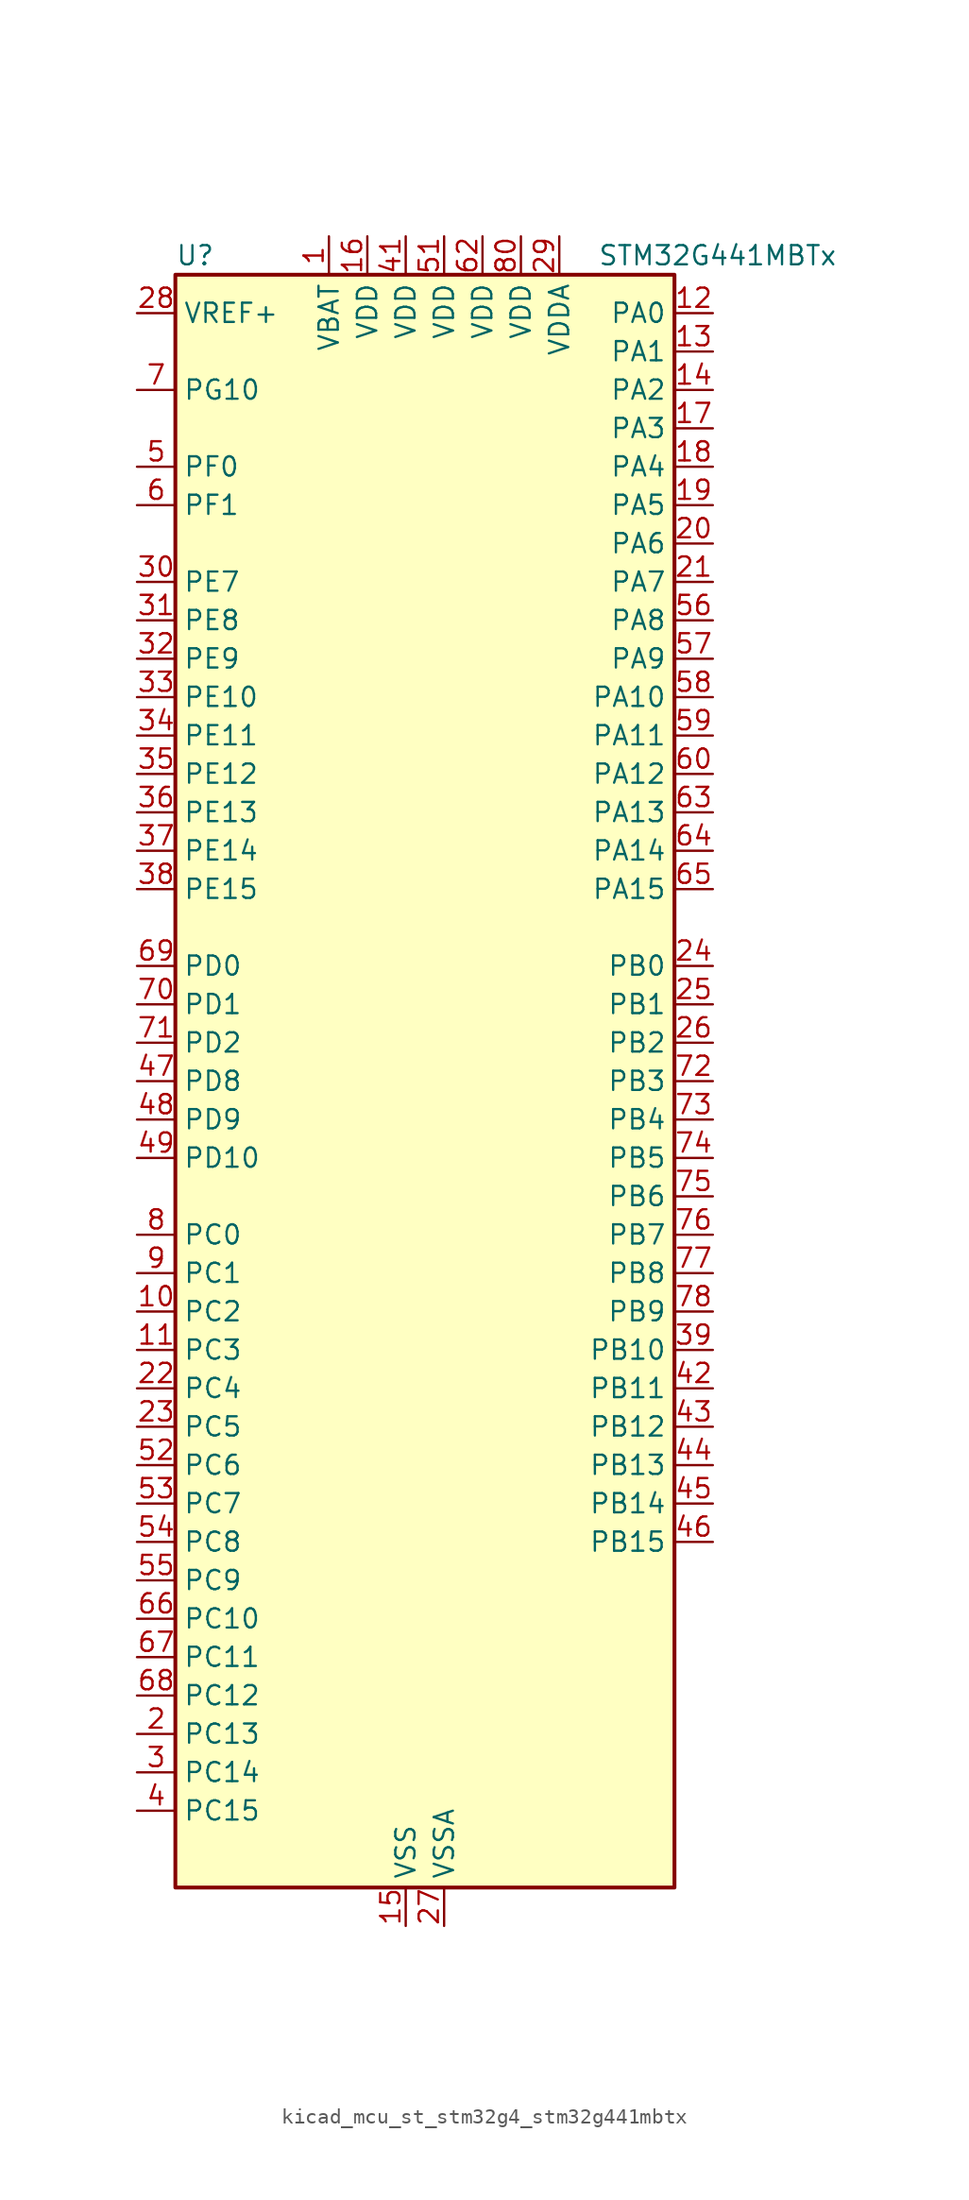
<source format=kicad_sym>
(kicad_symbol_lib
  (version 20220914)
  (generator kicad_symbol_editor)
  (symbol "kicad_mcu_st_stm32g4_stm32g441mbtx"
    (property "Reference" "U"
      (at -15.24 54.61 0)
      (effects (font (size 1.27 1.27)) (justify left)))
    (property "Value" "STM32G441MBTx"
      (at 12.7 54.61 0)
      (effects (font (size 1.27 1.27)) (justify left)))
    (property "ki_locked" ""
      (at 0 0 0)
      (effects (font (size 1.27 1.27))))
    (symbol "kicad_mcu_st_stm32g4_stm32g441mbtx_0_1"
      (rectangle (start -15.24 -53.34) (end 17.78 53.34) (stroke (width 0.254) (type default)) (fill (type background))))
    (symbol "kicad_mcu_st_stm32g4_stm32g441mbtx_1_1"
      (pin power_in line (at -5.08 55.88 270) (length 2.54) (name "VBAT" (effects (font (size 1.27 1.27)))) (number "1" (effects (font (size 1.27 1.27)))))
      (pin bidirectional line (at -17.78 -15.24 0) (length 2.54) (name "PC2" (effects (font (size 1.27 1.27)))) (number "10" (effects (font (size 1.27 1.27)))) (alternate "ADC1_IN8" bidirectional line) (alternate "ADC2_IN8" bidirectional line) (alternate "COMP3_OUT" bidirectional line) (alternate "LPTIM1_IN2" bidirectional line) (alternate "TIM1_CH3" bidirectional line))
      (pin bidirectional line (at -17.78 -17.78 0) (length 2.54) (name "PC3" (effects (font (size 1.27 1.27)))) (number "11" (effects (font (size 1.27 1.27)))) (alternate "ADC1_IN9" bidirectional line) (alternate "ADC2_IN9" bidirectional line) (alternate "LPTIM1_ETR" bidirectional line) (alternate "SAI1_D1" bidirectional line) (alternate "SAI1_SD_A" bidirectional line) (alternate "TIM1_BKIN2" bidirectional line) (alternate "TIM1_CH4" bidirectional line))
      (pin bidirectional line (at 20.32 50.8 180) (length 2.54) (name "PA0" (effects (font (size 1.27 1.27)))) (number "12" (effects (font (size 1.27 1.27)))) (alternate "ADC1_IN1" bidirectional line) (alternate "ADC2_IN1" bidirectional line) (alternate "COMP1_INM" bidirectional line) (alternate "COMP1_OUT" bidirectional line) (alternate "COMP3_INP" bidirectional line) (alternate "RTC_TAMP2" bidirectional line) (alternate "SYS_WKUP1" bidirectional line) (alternate "TIM2_CH1" bidirectional line) (alternate "TIM2_ETR" bidirectional line) (alternate "TIM8_BKIN" bidirectional line) (alternate "TIM8_ETR" bidirectional line) (alternate "USART2_CTS" bidirectional line) (alternate "USART2_NSS" bidirectional line))
      (pin bidirectional line (at 20.32 48.26 180) (length 2.54) (name "PA1" (effects (font (size 1.27 1.27)))) (number "13" (effects (font (size 1.27 1.27)))) (alternate "ADC1_IN2" bidirectional line) (alternate "ADC2_IN2" bidirectional line) (alternate "COMP1_INP" bidirectional line) (alternate "OPAMP1_VINP" bidirectional line) (alternate "OPAMP1_VINP_SEC" bidirectional line) (alternate "OPAMP3_VINP" bidirectional line) (alternate "OPAMP3_VINP_SEC" bidirectional line) (alternate "RTC_REFIN" bidirectional line) (alternate "TIM15_CH1N" bidirectional line) (alternate "TIM2_CH2" bidirectional line) (alternate "USART2_DE" bidirectional line) (alternate "USART2_RTS" bidirectional line))
      (pin bidirectional line (at 20.32 45.72 180) (length 2.54) (name "PA2" (effects (font (size 1.27 1.27)))) (number "14" (effects (font (size 1.27 1.27)))) (alternate "ADC1_IN3" bidirectional line) (alternate "COMP2_INM" bidirectional line) (alternate "COMP2_OUT" bidirectional line) (alternate "LPUART1_TX" bidirectional line) (alternate "OPAMP1_VOUT" bidirectional line) (alternate "RCC_LSCO" bidirectional line) (alternate "SYS_WKUP4" bidirectional line) (alternate "TIM15_CH1" bidirectional line) (alternate "TIM2_CH3" bidirectional line) (alternate "UCPD1_FRSTX1" bidirectional line) (alternate "UCPD1_FRSTX2" bidirectional line) (alternate "USART2_TX" bidirectional line))
      (pin power_in line (at 0 -55.88 90) (length 2.54) (name "VSS" (effects (font (size 1.27 1.27)))) (number "15" (effects (font (size 1.27 1.27)))))
      (pin power_in line (at -2.54 55.88 270) (length 2.54) (name "VDD" (effects (font (size 1.27 1.27)))) (number "16" (effects (font (size 1.27 1.27)))))
      (pin bidirectional line (at 20.32 43.18 180) (length 2.54) (name "PA3" (effects (font (size 1.27 1.27)))) (number "17" (effects (font (size 1.27 1.27)))) (alternate "ADC1_IN4" bidirectional line) (alternate "COMP2_INP" bidirectional line) (alternate "LPUART1_RX" bidirectional line) (alternate "OPAMP1_VINM" bidirectional line) (alternate "OPAMP1_VINM0" bidirectional line) (alternate "OPAMP1_VINM_SEC" bidirectional line) (alternate "OPAMP1_VINP" bidirectional line) (alternate "OPAMP1_VINP_SEC" bidirectional line) (alternate "SAI1_CK1" bidirectional line) (alternate "SAI1_MCLK_A" bidirectional line) (alternate "TIM15_CH2" bidirectional line) (alternate "TIM2_CH4" bidirectional line) (alternate "USART2_RX" bidirectional line))
      (pin bidirectional line (at 20.32 40.64 180) (length 2.54) (name "PA4" (effects (font (size 1.27 1.27)))) (number "18" (effects (font (size 1.27 1.27)))) (alternate "ADC2_IN17" bidirectional line) (alternate "COMP1_INM" bidirectional line) (alternate "DAC1_OUT1" bidirectional line) (alternate "I2S3_WS" bidirectional line) (alternate "SAI1_FS_B" bidirectional line) (alternate "SPI1_NSS" bidirectional line) (alternate "SPI3_NSS" bidirectional line) (alternate "TIM3_CH2" bidirectional line) (alternate "USART2_CK" bidirectional line))
      (pin bidirectional line (at 20.32 38.1 180) (length 2.54) (name "PA5" (effects (font (size 1.27 1.27)))) (number "19" (effects (font (size 1.27 1.27)))) (alternate "ADC2_IN13" bidirectional line) (alternate "COMP2_INM" bidirectional line) (alternate "DAC1_OUT2" bidirectional line) (alternate "OPAMP2_VINM" bidirectional line) (alternate "OPAMP2_VINM0" bidirectional line) (alternate "OPAMP2_VINM_SEC" bidirectional line) (alternate "SPI1_SCK" bidirectional line) (alternate "TIM2_CH1" bidirectional line) (alternate "TIM2_ETR" bidirectional line) (alternate "UCPD1_FRSTX1" bidirectional line) (alternate "UCPD1_FRSTX2" bidirectional line))
      (pin bidirectional line (at -17.78 -43.18 0) (length 2.54) (name "PC13" (effects (font (size 1.27 1.27)))) (number "2" (effects (font (size 1.27 1.27)))) (alternate "RTC_OUT1" bidirectional line) (alternate "RTC_TAMP1" bidirectional line) (alternate "RTC_TS" bidirectional line) (alternate "SYS_WKUP2" bidirectional line) (alternate "TIM1_BKIN" bidirectional line) (alternate "TIM1_CH1N" bidirectional line) (alternate "TIM8_CH4N" bidirectional line))
      (pin bidirectional line (at 20.32 35.56 180) (length 2.54) (name "PA6" (effects (font (size 1.27 1.27)))) (number "20" (effects (font (size 1.27 1.27)))) (alternate "ADC2_IN3" bidirectional line) (alternate "COMP1_OUT" bidirectional line) (alternate "LPUART1_CTS" bidirectional line) (alternate "OPAMP2_VOUT" bidirectional line) (alternate "SPI1_MISO" bidirectional line) (alternate "TIM16_CH1" bidirectional line) (alternate "TIM1_BKIN" bidirectional line) (alternate "TIM3_CH1" bidirectional line) (alternate "TIM8_BKIN" bidirectional line))
      (pin bidirectional line (at 20.32 33.02 180) (length 2.54) (name "PA7" (effects (font (size 1.27 1.27)))) (number "21" (effects (font (size 1.27 1.27)))) (alternate "ADC2_IN4" bidirectional line) (alternate "COMP2_INP" bidirectional line) (alternate "COMP2_OUT" bidirectional line) (alternate "OPAMP1_VINP" bidirectional line) (alternate "OPAMP1_VINP_SEC" bidirectional line) (alternate "OPAMP2_VINP" bidirectional line) (alternate "OPAMP2_VINP_SEC" bidirectional line) (alternate "SPI1_MOSI" bidirectional line) (alternate "TIM17_CH1" bidirectional line) (alternate "TIM1_CH1N" bidirectional line) (alternate "TIM3_CH2" bidirectional line) (alternate "TIM8_CH1N" bidirectional line) (alternate "UCPD1_FRSTX1" bidirectional line) (alternate "UCPD1_FRSTX2" bidirectional line))
      (pin bidirectional line (at -17.78 -20.32 0) (length 2.54) (name "PC4" (effects (font (size 1.27 1.27)))) (number "22" (effects (font (size 1.27 1.27)))) (alternate "ADC2_IN5" bidirectional line) (alternate "I2C2_SCL" bidirectional line) (alternate "TIM1_ETR" bidirectional line) (alternate "USART1_TX" bidirectional line))
      (pin bidirectional line (at -17.78 -22.86 0) (length 2.54) (name "PC5" (effects (font (size 1.27 1.27)))) (number "23" (effects (font (size 1.27 1.27)))) (alternate "ADC2_IN11" bidirectional line) (alternate "OPAMP1_VINM" bidirectional line) (alternate "OPAMP1_VINM1" bidirectional line) (alternate "OPAMP1_VINM_SEC" bidirectional line) (alternate "OPAMP2_VINM" bidirectional line) (alternate "OPAMP2_VINM1" bidirectional line) (alternate "OPAMP2_VINM_SEC" bidirectional line) (alternate "SAI1_D3" bidirectional line) (alternate "SYS_WKUP5" bidirectional line) (alternate "TIM15_BKIN" bidirectional line) (alternate "TIM1_CH4N" bidirectional line) (alternate "USART1_RX" bidirectional line))
      (pin bidirectional line (at 20.32 7.62 180) (length 2.54) (name "PB0" (effects (font (size 1.27 1.27)))) (number "24" (effects (font (size 1.27 1.27)))) (alternate "ADC1_IN15" bidirectional line) (alternate "COMP4_INP" bidirectional line) (alternate "OPAMP2_VINP" bidirectional line) (alternate "OPAMP2_VINP_SEC" bidirectional line) (alternate "OPAMP3_VINP" bidirectional line) (alternate "OPAMP3_VINP_SEC" bidirectional line) (alternate "TIM1_CH2N" bidirectional line) (alternate "TIM3_CH3" bidirectional line) (alternate "TIM8_CH2N" bidirectional line) (alternate "UCPD1_FRSTX1" bidirectional line) (alternate "UCPD1_FRSTX2" bidirectional line))
      (pin bidirectional line (at 20.32 5.08 180) (length 2.54) (name "PB1" (effects (font (size 1.27 1.27)))) (number "25" (effects (font (size 1.27 1.27)))) (alternate "ADC1_IN12" bidirectional line) (alternate "COMP1_INP" bidirectional line) (alternate "COMP4_OUT" bidirectional line) (alternate "LPUART1_DE" bidirectional line) (alternate "LPUART1_RTS" bidirectional line) (alternate "OPAMP3_VOUT" bidirectional line) (alternate "TIM1_CH3N" bidirectional line) (alternate "TIM3_CH4" bidirectional line) (alternate "TIM8_CH3N" bidirectional line))
      (pin bidirectional line (at 20.32 2.54 180) (length 2.54) (name "PB2" (effects (font (size 1.27 1.27)))) (number "26" (effects (font (size 1.27 1.27)))) (alternate "ADC2_IN12" bidirectional line) (alternate "COMP4_INM" bidirectional line) (alternate "I2C3_SMBA" bidirectional line) (alternate "LPTIM1_OUT" bidirectional line) (alternate "OPAMP3_VINM" bidirectional line) (alternate "OPAMP3_VINM0" bidirectional line) (alternate "OPAMP3_VINM_SEC" bidirectional line) (alternate "RTC_OUT2" bidirectional line))
      (pin power_in line (at 2.54 -55.88 90) (length 2.54) (name "VSSA" (effects (font (size 1.27 1.27)))) (number "27" (effects (font (size 1.27 1.27)))))
      (pin input line (at -17.78 50.8 0) (length 2.54) (name "VREF+" (effects (font (size 1.27 1.27)))) (number "28" (effects (font (size 1.27 1.27)))) (alternate "VREFBUF_OUT" bidirectional line))
      (pin power_in line (at 10.16 55.88 270) (length 2.54) (name "VDDA" (effects (font (size 1.27 1.27)))) (number "29" (effects (font (size 1.27 1.27)))))
      (pin bidirectional line (at -17.78 -45.72 0) (length 2.54) (name "PC14" (effects (font (size 1.27 1.27)))) (number "3" (effects (font (size 1.27 1.27)))) (alternate "RCC_OSC32_IN" bidirectional line))
      (pin bidirectional line (at -17.78 33.02 0) (length 2.54) (name "PE7" (effects (font (size 1.27 1.27)))) (number "30" (effects (font (size 1.27 1.27)))) (alternate "COMP4_INP" bidirectional line) (alternate "SAI1_SD_B" bidirectional line) (alternate "TIM1_ETR" bidirectional line))
      (pin bidirectional line (at -17.78 30.48 0) (length 2.54) (name "PE8" (effects (font (size 1.27 1.27)))) (number "31" (effects (font (size 1.27 1.27)))) (alternate "COMP4_INM" bidirectional line) (alternate "SAI1_SCK_B" bidirectional line) (alternate "TIM1_CH1N" bidirectional line))
      (pin bidirectional line (at -17.78 27.94 0) (length 2.54) (name "PE9" (effects (font (size 1.27 1.27)))) (number "32" (effects (font (size 1.27 1.27)))) (alternate "DAC1_EXTI9" bidirectional line) (alternate "DAC3_EXTI9" bidirectional line) (alternate "SAI1_FS_B" bidirectional line) (alternate "TIM1_CH1" bidirectional line))
      (pin bidirectional line (at -17.78 25.4 0) (length 2.54) (name "PE10" (effects (font (size 1.27 1.27)))) (number "33" (effects (font (size 1.27 1.27)))) (alternate "DAC1_EXTI10" bidirectional line) (alternate "DAC3_EXTI10" bidirectional line) (alternate "SAI1_MCLK_B" bidirectional line) (alternate "TIM1_CH2N" bidirectional line))
      (pin bidirectional line (at -17.78 22.86 0) (length 2.54) (name "PE11" (effects (font (size 1.27 1.27)))) (number "34" (effects (font (size 1.27 1.27)))) (alternate "ADC1_EXTI11" bidirectional line) (alternate "ADC2_EXTI11" bidirectional line) (alternate "TIM1_CH2" bidirectional line))
      (pin bidirectional line (at -17.78 20.32 0) (length 2.54) (name "PE12" (effects (font (size 1.27 1.27)))) (number "35" (effects (font (size 1.27 1.27)))) (alternate "TIM1_CH3N" bidirectional line))
      (pin bidirectional line (at -17.78 17.78 0) (length 2.54) (name "PE13" (effects (font (size 1.27 1.27)))) (number "36" (effects (font (size 1.27 1.27)))) (alternate "TIM1_CH3" bidirectional line))
      (pin bidirectional line (at -17.78 15.24 0) (length 2.54) (name "PE14" (effects (font (size 1.27 1.27)))) (number "37" (effects (font (size 1.27 1.27)))) (alternate "TIM1_BKIN2" bidirectional line) (alternate "TIM1_CH4" bidirectional line))
      (pin bidirectional line (at -17.78 12.7 0) (length 2.54) (name "PE15" (effects (font (size 1.27 1.27)))) (number "38" (effects (font (size 1.27 1.27)))) (alternate "ADC1_EXTI15" bidirectional line) (alternate "ADC2_EXTI15" bidirectional line) (alternate "TIM1_BKIN" bidirectional line) (alternate "TIM1_CH4N" bidirectional line) (alternate "USART3_RX" bidirectional line))
      (pin bidirectional line (at 20.32 -17.78 180) (length 2.54) (name "PB10" (effects (font (size 1.27 1.27)))) (number "39" (effects (font (size 1.27 1.27)))) (alternate "DAC1_EXTI10" bidirectional line) (alternate "DAC3_EXTI10" bidirectional line) (alternate "LPUART1_RX" bidirectional line) (alternate "OPAMP3_VINM" bidirectional line) (alternate "OPAMP3_VINM1" bidirectional line) (alternate "OPAMP3_VINM_SEC" bidirectional line) (alternate "SAI1_SCK_A" bidirectional line) (alternate "TIM1_BKIN" bidirectional line) (alternate "TIM2_CH3" bidirectional line) (alternate "USART3_TX" bidirectional line))
      (pin bidirectional line (at -17.78 -48.26 0) (length 2.54) (name "PC15" (effects (font (size 1.27 1.27)))) (number "4" (effects (font (size 1.27 1.27)))) (alternate "ADC1_EXTI15" bidirectional line) (alternate "ADC2_EXTI15" bidirectional line) (alternate "RCC_OSC32_OUT" bidirectional line))
      (pin passive line (at 0 -55.88 90) (length 2.54) hide (name "VSS" (effects (font (size 1.27 1.27)))) (number "40" (effects (font (size 1.27 1.27)))))
      (pin power_in line (at 0 55.88 270) (length 2.54) (name "VDD" (effects (font (size 1.27 1.27)))) (number "41" (effects (font (size 1.27 1.27)))))
      (pin bidirectional line (at 20.32 -20.32 180) (length 2.54) (name "PB11" (effects (font (size 1.27 1.27)))) (number "42" (effects (font (size 1.27 1.27)))) (alternate "ADC1_EXTI11" bidirectional line) (alternate "ADC1_IN14" bidirectional line) (alternate "ADC2_EXTI11" bidirectional line) (alternate "ADC2_IN14" bidirectional line) (alternate "LPUART1_TX" bidirectional line) (alternate "TIM2_CH4" bidirectional line) (alternate "USART3_RX" bidirectional line))
      (pin bidirectional line (at 20.32 -22.86 180) (length 2.54) (name "PB12" (effects (font (size 1.27 1.27)))) (number "43" (effects (font (size 1.27 1.27)))) (alternate "ADC1_IN11" bidirectional line) (alternate "I2C2_SMBA" bidirectional line) (alternate "I2S2_WS" bidirectional line) (alternate "LPUART1_DE" bidirectional line) (alternate "LPUART1_RTS" bidirectional line) (alternate "SPI2_NSS" bidirectional line) (alternate "TIM1_BKIN" bidirectional line) (alternate "USART3_CK" bidirectional line))
      (pin bidirectional line (at 20.32 -25.4 180) (length 2.54) (name "PB13" (effects (font (size 1.27 1.27)))) (number "44" (effects (font (size 1.27 1.27)))) (alternate "I2S2_CK" bidirectional line) (alternate "LPUART1_CTS" bidirectional line) (alternate "OPAMP3_VINP" bidirectional line) (alternate "OPAMP3_VINP_SEC" bidirectional line) (alternate "SPI2_SCK" bidirectional line) (alternate "TIM1_CH1N" bidirectional line) (alternate "USART3_CTS" bidirectional line) (alternate "USART3_NSS" bidirectional line))
      (pin bidirectional line (at 20.32 -27.94 180) (length 2.54) (name "PB14" (effects (font (size 1.27 1.27)))) (number "45" (effects (font (size 1.27 1.27)))) (alternate "ADC1_IN5" bidirectional line) (alternate "COMP4_OUT" bidirectional line) (alternate "OPAMP2_VINP" bidirectional line) (alternate "OPAMP2_VINP_SEC" bidirectional line) (alternate "SPI2_MISO" bidirectional line) (alternate "TIM15_CH1" bidirectional line) (alternate "TIM1_CH2N" bidirectional line) (alternate "USART3_DE" bidirectional line) (alternate "USART3_RTS" bidirectional line))
      (pin bidirectional line (at 20.32 -30.48 180) (length 2.54) (name "PB15" (effects (font (size 1.27 1.27)))) (number "46" (effects (font (size 1.27 1.27)))) (alternate "ADC1_EXTI15" bidirectional line) (alternate "ADC2_EXTI15" bidirectional line) (alternate "ADC2_IN15" bidirectional line) (alternate "COMP3_OUT" bidirectional line) (alternate "I2S2_SD" bidirectional line) (alternate "RTC_REFIN" bidirectional line) (alternate "SPI2_MOSI" bidirectional line) (alternate "TIM15_CH1N" bidirectional line) (alternate "TIM15_CH2" bidirectional line) (alternate "TIM1_CH3N" bidirectional line))
      (pin bidirectional line (at -17.78 0 0) (length 2.54) (name "PD8" (effects (font (size 1.27 1.27)))) (number "47" (effects (font (size 1.27 1.27)))) (alternate "USART3_TX" bidirectional line))
      (pin bidirectional line (at -17.78 -2.54 0) (length 2.54) (name "PD9" (effects (font (size 1.27 1.27)))) (number "48" (effects (font (size 1.27 1.27)))) (alternate "DAC1_EXTI9" bidirectional line) (alternate "DAC3_EXTI9" bidirectional line) (alternate "USART3_RX" bidirectional line))
      (pin bidirectional line (at -17.78 -5.08 0) (length 2.54) (name "PD10" (effects (font (size 1.27 1.27)))) (number "49" (effects (font (size 1.27 1.27)))) (alternate "DAC1_EXTI10" bidirectional line) (alternate "DAC3_EXTI10" bidirectional line) (alternate "USART3_CK" bidirectional line))
      (pin bidirectional line (at -17.78 40.64 0) (length 2.54) (name "PF0" (effects (font (size 1.27 1.27)))) (number "5" (effects (font (size 1.27 1.27)))) (alternate "ADC1_IN10" bidirectional line) (alternate "I2C2_SDA" bidirectional line) (alternate "I2S2_WS" bidirectional line) (alternate "RCC_OSC_IN" bidirectional line) (alternate "SPI2_NSS" bidirectional line) (alternate "TIM1_CH3N" bidirectional line))
      (pin passive line (at 0 -55.88 90) (length 2.54) hide (name "VSS" (effects (font (size 1.27 1.27)))) (number "50" (effects (font (size 1.27 1.27)))))
      (pin power_in line (at 2.54 55.88 270) (length 2.54) (name "VDD" (effects (font (size 1.27 1.27)))) (number "51" (effects (font (size 1.27 1.27)))))
      (pin bidirectional line (at -17.78 -25.4 0) (length 2.54) (name "PC6" (effects (font (size 1.27 1.27)))) (number "52" (effects (font (size 1.27 1.27)))) (alternate "I2S2_MCK" bidirectional line) (alternate "TIM3_CH1" bidirectional line) (alternate "TIM8_CH1" bidirectional line))
      (pin bidirectional line (at -17.78 -27.94 0) (length 2.54) (name "PC7" (effects (font (size 1.27 1.27)))) (number "53" (effects (font (size 1.27 1.27)))) (alternate "I2S3_MCK" bidirectional line) (alternate "TIM3_CH2" bidirectional line) (alternate "TIM8_CH2" bidirectional line))
      (pin bidirectional line (at -17.78 -30.48 0) (length 2.54) (name "PC8" (effects (font (size 1.27 1.27)))) (number "54" (effects (font (size 1.27 1.27)))) (alternate "I2C3_SCL" bidirectional line) (alternate "TIM3_CH3" bidirectional line) (alternate "TIM8_CH3" bidirectional line))
      (pin bidirectional line (at -17.78 -33.02 0) (length 2.54) (name "PC9" (effects (font (size 1.27 1.27)))) (number "55" (effects (font (size 1.27 1.27)))) (alternate "DAC1_EXTI9" bidirectional line) (alternate "DAC3_EXTI9" bidirectional line) (alternate "I2C3_SDA" bidirectional line) (alternate "I2S_CKIN" bidirectional line) (alternate "TIM3_CH4" bidirectional line) (alternate "TIM8_BKIN2" bidirectional line) (alternate "TIM8_CH4" bidirectional line))
      (pin bidirectional line (at 20.32 30.48 180) (length 2.54) (name "PA8" (effects (font (size 1.27 1.27)))) (number "56" (effects (font (size 1.27 1.27)))) (alternate "I2C2_SDA" bidirectional line) (alternate "I2C3_SCL" bidirectional line) (alternate "I2S2_MCK" bidirectional line) (alternate "RCC_MCO" bidirectional line) (alternate "SAI1_CK2" bidirectional line) (alternate "SAI1_SCK_A" bidirectional line) (alternate "TIM1_CH1" bidirectional line) (alternate "TIM4_ETR" bidirectional line) (alternate "USART1_CK" bidirectional line))
      (pin bidirectional line (at 20.32 27.94 180) (length 2.54) (name "PA9" (effects (font (size 1.27 1.27)))) (number "57" (effects (font (size 1.27 1.27)))) (alternate "DAC1_EXTI9" bidirectional line) (alternate "DAC3_EXTI9" bidirectional line) (alternate "I2C2_SCL" bidirectional line) (alternate "I2C3_SMBA" bidirectional line) (alternate "I2S3_MCK" bidirectional line) (alternate "SAI1_FS_A" bidirectional line) (alternate "TIM15_BKIN" bidirectional line) (alternate "TIM1_CH2" bidirectional line) (alternate "TIM2_CH3" bidirectional line) (alternate "UCPD1_DBCC1" bidirectional line) (alternate "USART1_TX" bidirectional line))
      (pin bidirectional line (at 20.32 25.4 180) (length 2.54) (name "PA10" (effects (font (size 1.27 1.27)))) (number "58" (effects (font (size 1.27 1.27)))) (alternate "CRS_SYNC" bidirectional line) (alternate "DAC1_EXTI10" bidirectional line) (alternate "DAC3_EXTI10" bidirectional line) (alternate "I2C2_SMBA" bidirectional line) (alternate "SAI1_D1" bidirectional line) (alternate "SAI1_SD_A" bidirectional line) (alternate "SPI2_MISO" bidirectional line) (alternate "TIM17_BKIN" bidirectional line) (alternate "TIM1_CH3" bidirectional line) (alternate "TIM2_CH4" bidirectional line) (alternate "TIM8_BKIN" bidirectional line) (alternate "UCPD1_DBCC2" bidirectional line) (alternate "USART1_RX" bidirectional line))
      (pin bidirectional line (at 20.32 22.86 180) (length 2.54) (name "PA11" (effects (font (size 1.27 1.27)))) (number "59" (effects (font (size 1.27 1.27)))) (alternate "ADC1_EXTI11" bidirectional line) (alternate "ADC2_EXTI11" bidirectional line) (alternate "COMP1_OUT" bidirectional line) (alternate "FDCAN1_RX" bidirectional line) (alternate "I2S2_SD" bidirectional line) (alternate "SPI2_MOSI" bidirectional line) (alternate "TIM1_BKIN2" bidirectional line) (alternate "TIM1_CH1N" bidirectional line) (alternate "TIM1_CH4" bidirectional line) (alternate "TIM4_CH1" bidirectional line) (alternate "USART1_CTS" bidirectional line) (alternate "USART1_NSS" bidirectional line) (alternate "USB_DM" bidirectional line))
      (pin bidirectional line (at -17.78 38.1 0) (length 2.54) (name "PF1" (effects (font (size 1.27 1.27)))) (number "6" (effects (font (size 1.27 1.27)))) (alternate "ADC2_IN10" bidirectional line) (alternate "COMP3_INM" bidirectional line) (alternate "I2S2_CK" bidirectional line) (alternate "RCC_OSC_OUT" bidirectional line) (alternate "SPI2_SCK" bidirectional line))
      (pin bidirectional line (at 20.32 20.32 180) (length 2.54) (name "PA12" (effects (font (size 1.27 1.27)))) (number "60" (effects (font (size 1.27 1.27)))) (alternate "COMP2_OUT" bidirectional line) (alternate "FDCAN1_TX" bidirectional line) (alternate "I2S_CKIN" bidirectional line) (alternate "TIM16_CH1" bidirectional line) (alternate "TIM1_CH2N" bidirectional line) (alternate "TIM1_ETR" bidirectional line) (alternate "TIM4_CH2" bidirectional line) (alternate "USART1_DE" bidirectional line) (alternate "USART1_RTS" bidirectional line) (alternate "USB_DP" bidirectional line))
      (pin passive line (at 0 -55.88 90) (length 2.54) hide (name "VSS" (effects (font (size 1.27 1.27)))) (number "61" (effects (font (size 1.27 1.27)))))
      (pin power_in line (at 5.08 55.88 270) (length 2.54) (name "VDD" (effects (font (size 1.27 1.27)))) (number "62" (effects (font (size 1.27 1.27)))))
      (pin bidirectional line (at 20.32 17.78 180) (length 2.54) (name "PA13" (effects (font (size 1.27 1.27)))) (number "63" (effects (font (size 1.27 1.27)))) (alternate "I2C1_SCL" bidirectional line) (alternate "IR_OUT" bidirectional line) (alternate "SAI1_SD_B" bidirectional line) (alternate "SYS_JTMS-SWDIO" bidirectional line) (alternate "TIM16_CH1N" bidirectional line) (alternate "TIM4_CH3" bidirectional line) (alternate "USART3_CTS" bidirectional line) (alternate "USART3_NSS" bidirectional line))
      (pin bidirectional line (at 20.32 15.24 180) (length 2.54) (name "PA14" (effects (font (size 1.27 1.27)))) (number "64" (effects (font (size 1.27 1.27)))) (alternate "I2C1_SDA" bidirectional line) (alternate "LPTIM1_OUT" bidirectional line) (alternate "SAI1_FS_B" bidirectional line) (alternate "SYS_JTCK-SWCLK" bidirectional line) (alternate "TIM1_BKIN" bidirectional line) (alternate "TIM8_CH2" bidirectional line) (alternate "USART2_TX" bidirectional line))
      (pin bidirectional line (at 20.32 12.7 180) (length 2.54) (name "PA15" (effects (font (size 1.27 1.27)))) (number "65" (effects (font (size 1.27 1.27)))) (alternate "ADC1_EXTI15" bidirectional line) (alternate "ADC2_EXTI15" bidirectional line) (alternate "I2C1_SCL" bidirectional line) (alternate "I2S3_WS" bidirectional line) (alternate "SPI1_NSS" bidirectional line) (alternate "SPI3_NSS" bidirectional line) (alternate "SYS_JTDI" bidirectional line) (alternate "TIM1_BKIN" bidirectional line) (alternate "TIM2_CH1" bidirectional line) (alternate "TIM2_ETR" bidirectional line) (alternate "TIM8_CH1" bidirectional line) (alternate "UART4_DE" bidirectional line) (alternate "UART4_RTS" bidirectional line) (alternate "USART2_RX" bidirectional line))
      (pin bidirectional line (at -17.78 -35.56 0) (length 2.54) (name "PC10" (effects (font (size 1.27 1.27)))) (number "66" (effects (font (size 1.27 1.27)))) (alternate "DAC1_EXTI10" bidirectional line) (alternate "DAC3_EXTI10" bidirectional line) (alternate "I2S3_CK" bidirectional line) (alternate "SPI3_SCK" bidirectional line) (alternate "TIM8_CH1N" bidirectional line) (alternate "UART4_TX" bidirectional line) (alternate "USART3_TX" bidirectional line))
      (pin bidirectional line (at -17.78 -38.1 0) (length 2.54) (name "PC11" (effects (font (size 1.27 1.27)))) (number "67" (effects (font (size 1.27 1.27)))) (alternate "ADC1_EXTI11" bidirectional line) (alternate "ADC2_EXTI11" bidirectional line) (alternate "I2C3_SDA" bidirectional line) (alternate "SPI3_MISO" bidirectional line) (alternate "TIM8_CH2N" bidirectional line) (alternate "UART4_RX" bidirectional line) (alternate "USART3_RX" bidirectional line))
      (pin bidirectional line (at -17.78 -40.64 0) (length 2.54) (name "PC12" (effects (font (size 1.27 1.27)))) (number "68" (effects (font (size 1.27 1.27)))) (alternate "I2S3_SD" bidirectional line) (alternate "SPI3_MOSI" bidirectional line) (alternate "TIM8_CH3N" bidirectional line) (alternate "UCPD1_FRSTX1" bidirectional line) (alternate "UCPD1_FRSTX2" bidirectional line) (alternate "USART3_CK" bidirectional line))
      (pin bidirectional line (at -17.78 7.62 0) (length 2.54) (name "PD0" (effects (font (size 1.27 1.27)))) (number "69" (effects (font (size 1.27 1.27)))) (alternate "FDCAN1_RX" bidirectional line) (alternate "TIM8_CH4N" bidirectional line))
      (pin bidirectional line (at -17.78 45.72 0) (length 2.54) (name "PG10" (effects (font (size 1.27 1.27)))) (number "7" (effects (font (size 1.27 1.27)))) (alternate "DAC1_EXTI10" bidirectional line) (alternate "DAC3_EXTI10" bidirectional line) (alternate "RCC_MCO" bidirectional line))
      (pin bidirectional line (at -17.78 5.08 0) (length 2.54) (name "PD1" (effects (font (size 1.27 1.27)))) (number "70" (effects (font (size 1.27 1.27)))) (alternate "FDCAN1_TX" bidirectional line) (alternate "TIM8_BKIN2" bidirectional line) (alternate "TIM8_CH4" bidirectional line))
      (pin bidirectional line (at -17.78 2.54 0) (length 2.54) (name "PD2" (effects (font (size 1.27 1.27)))) (number "71" (effects (font (size 1.27 1.27)))) (alternate "TIM3_ETR" bidirectional line) (alternate "TIM8_BKIN" bidirectional line))
      (pin bidirectional line (at 20.32 0 180) (length 2.54) (name "PB3" (effects (font (size 1.27 1.27)))) (number "72" (effects (font (size 1.27 1.27)))) (alternate "CRS_SYNC" bidirectional line) (alternate "I2S3_CK" bidirectional line) (alternate "SAI1_SCK_B" bidirectional line) (alternate "SPI1_SCK" bidirectional line) (alternate "SPI3_SCK" bidirectional line) (alternate "SYS_JTDO-SWO" bidirectional line) (alternate "TIM2_CH2" bidirectional line) (alternate "TIM3_ETR" bidirectional line) (alternate "TIM4_ETR" bidirectional line) (alternate "TIM8_CH1N" bidirectional line) (alternate "USART2_TX" bidirectional line))
      (pin bidirectional line (at 20.32 -2.54 180) (length 2.54) (name "PB4" (effects (font (size 1.27 1.27)))) (number "73" (effects (font (size 1.27 1.27)))) (alternate "SAI1_MCLK_B" bidirectional line) (alternate "SPI1_MISO" bidirectional line) (alternate "SPI3_MISO" bidirectional line) (alternate "SYS_JTRST" bidirectional line) (alternate "TIM16_CH1" bidirectional line) (alternate "TIM17_BKIN" bidirectional line) (alternate "TIM3_CH1" bidirectional line) (alternate "TIM8_CH2N" bidirectional line) (alternate "UCPD1_CC2" bidirectional line) (alternate "USART2_RX" bidirectional line))
      (pin bidirectional line (at 20.32 -5.08 180) (length 2.54) (name "PB5" (effects (font (size 1.27 1.27)))) (number "74" (effects (font (size 1.27 1.27)))) (alternate "I2C1_SMBA" bidirectional line) (alternate "I2C3_SDA" bidirectional line) (alternate "I2S3_SD" bidirectional line) (alternate "LPTIM1_IN1" bidirectional line) (alternate "SAI1_SD_B" bidirectional line) (alternate "SPI1_MOSI" bidirectional line) (alternate "SPI3_MOSI" bidirectional line) (alternate "TIM16_BKIN" bidirectional line) (alternate "TIM17_CH1" bidirectional line) (alternate "TIM3_CH2" bidirectional line) (alternate "TIM8_CH3N" bidirectional line) (alternate "USART2_CK" bidirectional line))
      (pin bidirectional line (at 20.32 -7.62 180) (length 2.54) (name "PB6" (effects (font (size 1.27 1.27)))) (number "75" (effects (font (size 1.27 1.27)))) (alternate "COMP4_OUT" bidirectional line) (alternate "LPTIM1_ETR" bidirectional line) (alternate "SAI1_FS_B" bidirectional line) (alternate "TIM16_CH1N" bidirectional line) (alternate "TIM4_CH1" bidirectional line) (alternate "TIM8_BKIN2" bidirectional line) (alternate "TIM8_CH1" bidirectional line) (alternate "TIM8_ETR" bidirectional line) (alternate "UCPD1_CC1" bidirectional line) (alternate "USART1_TX" bidirectional line))
      (pin bidirectional line (at 20.32 -10.16 180) (length 2.54) (name "PB7" (effects (font (size 1.27 1.27)))) (number "76" (effects (font (size 1.27 1.27)))) (alternate "COMP3_OUT" bidirectional line) (alternate "I2C1_SDA" bidirectional line) (alternate "LPTIM1_IN2" bidirectional line) (alternate "SYS_PVD_IN" bidirectional line) (alternate "TIM17_CH1N" bidirectional line) (alternate "TIM3_CH4" bidirectional line) (alternate "TIM4_CH2" bidirectional line) (alternate "TIM8_BKIN" bidirectional line) (alternate "UART4_CTS" bidirectional line) (alternate "USART1_RX" bidirectional line))
      (pin bidirectional line (at 20.32 -12.7 180) (length 2.54) (name "PB8" (effects (font (size 1.27 1.27)))) (number "77" (effects (font (size 1.27 1.27)))) (alternate "COMP1_OUT" bidirectional line) (alternate "FDCAN1_RX" bidirectional line) (alternate "I2C1_SCL" bidirectional line) (alternate "SAI1_CK1" bidirectional line) (alternate "SAI1_MCLK_A" bidirectional line) (alternate "TIM16_CH1" bidirectional line) (alternate "TIM1_BKIN" bidirectional line) (alternate "TIM4_CH3" bidirectional line) (alternate "TIM8_CH2" bidirectional line) (alternate "USART3_RX" bidirectional line))
      (pin bidirectional line (at 20.32 -15.24 180) (length 2.54) (name "PB9" (effects (font (size 1.27 1.27)))) (number "78" (effects (font (size 1.27 1.27)))) (alternate "COMP2_OUT" bidirectional line) (alternate "DAC1_EXTI9" bidirectional line) (alternate "DAC3_EXTI9" bidirectional line) (alternate "FDCAN1_TX" bidirectional line) (alternate "I2C1_SDA" bidirectional line) (alternate "IR_OUT" bidirectional line) (alternate "SAI1_D2" bidirectional line) (alternate "SAI1_FS_A" bidirectional line) (alternate "TIM17_CH1" bidirectional line) (alternate "TIM1_CH3N" bidirectional line) (alternate "TIM4_CH4" bidirectional line) (alternate "TIM8_CH3" bidirectional line) (alternate "USART3_TX" bidirectional line))
      (pin passive line (at 0 -55.88 90) (length 2.54) hide (name "VSS" (effects (font (size 1.27 1.27)))) (number "79" (effects (font (size 1.27 1.27)))))
      (pin bidirectional line (at -17.78 -10.16 0) (length 2.54) (name "PC0" (effects (font (size 1.27 1.27)))) (number "8" (effects (font (size 1.27 1.27)))) (alternate "ADC1_IN6" bidirectional line) (alternate "ADC2_IN6" bidirectional line) (alternate "COMP3_INM" bidirectional line) (alternate "LPTIM1_IN1" bidirectional line) (alternate "LPUART1_RX" bidirectional line) (alternate "TIM1_CH1" bidirectional line))
      (pin power_in line (at 7.62 55.88 270) (length 2.54) (name "VDD" (effects (font (size 1.27 1.27)))) (number "80" (effects (font (size 1.27 1.27)))))
      (pin bidirectional line (at -17.78 -12.7 0) (length 2.54) (name "PC1" (effects (font (size 1.27 1.27)))) (number "9" (effects (font (size 1.27 1.27)))) (alternate "ADC1_IN7" bidirectional line) (alternate "ADC2_IN7" bidirectional line) (alternate "COMP3_INP" bidirectional line) (alternate "LPTIM1_OUT" bidirectional line) (alternate "LPUART1_TX" bidirectional line) (alternate "SAI1_SD_A" bidirectional line) (alternate "TIM1_CH2" bidirectional line)))))
</source>
